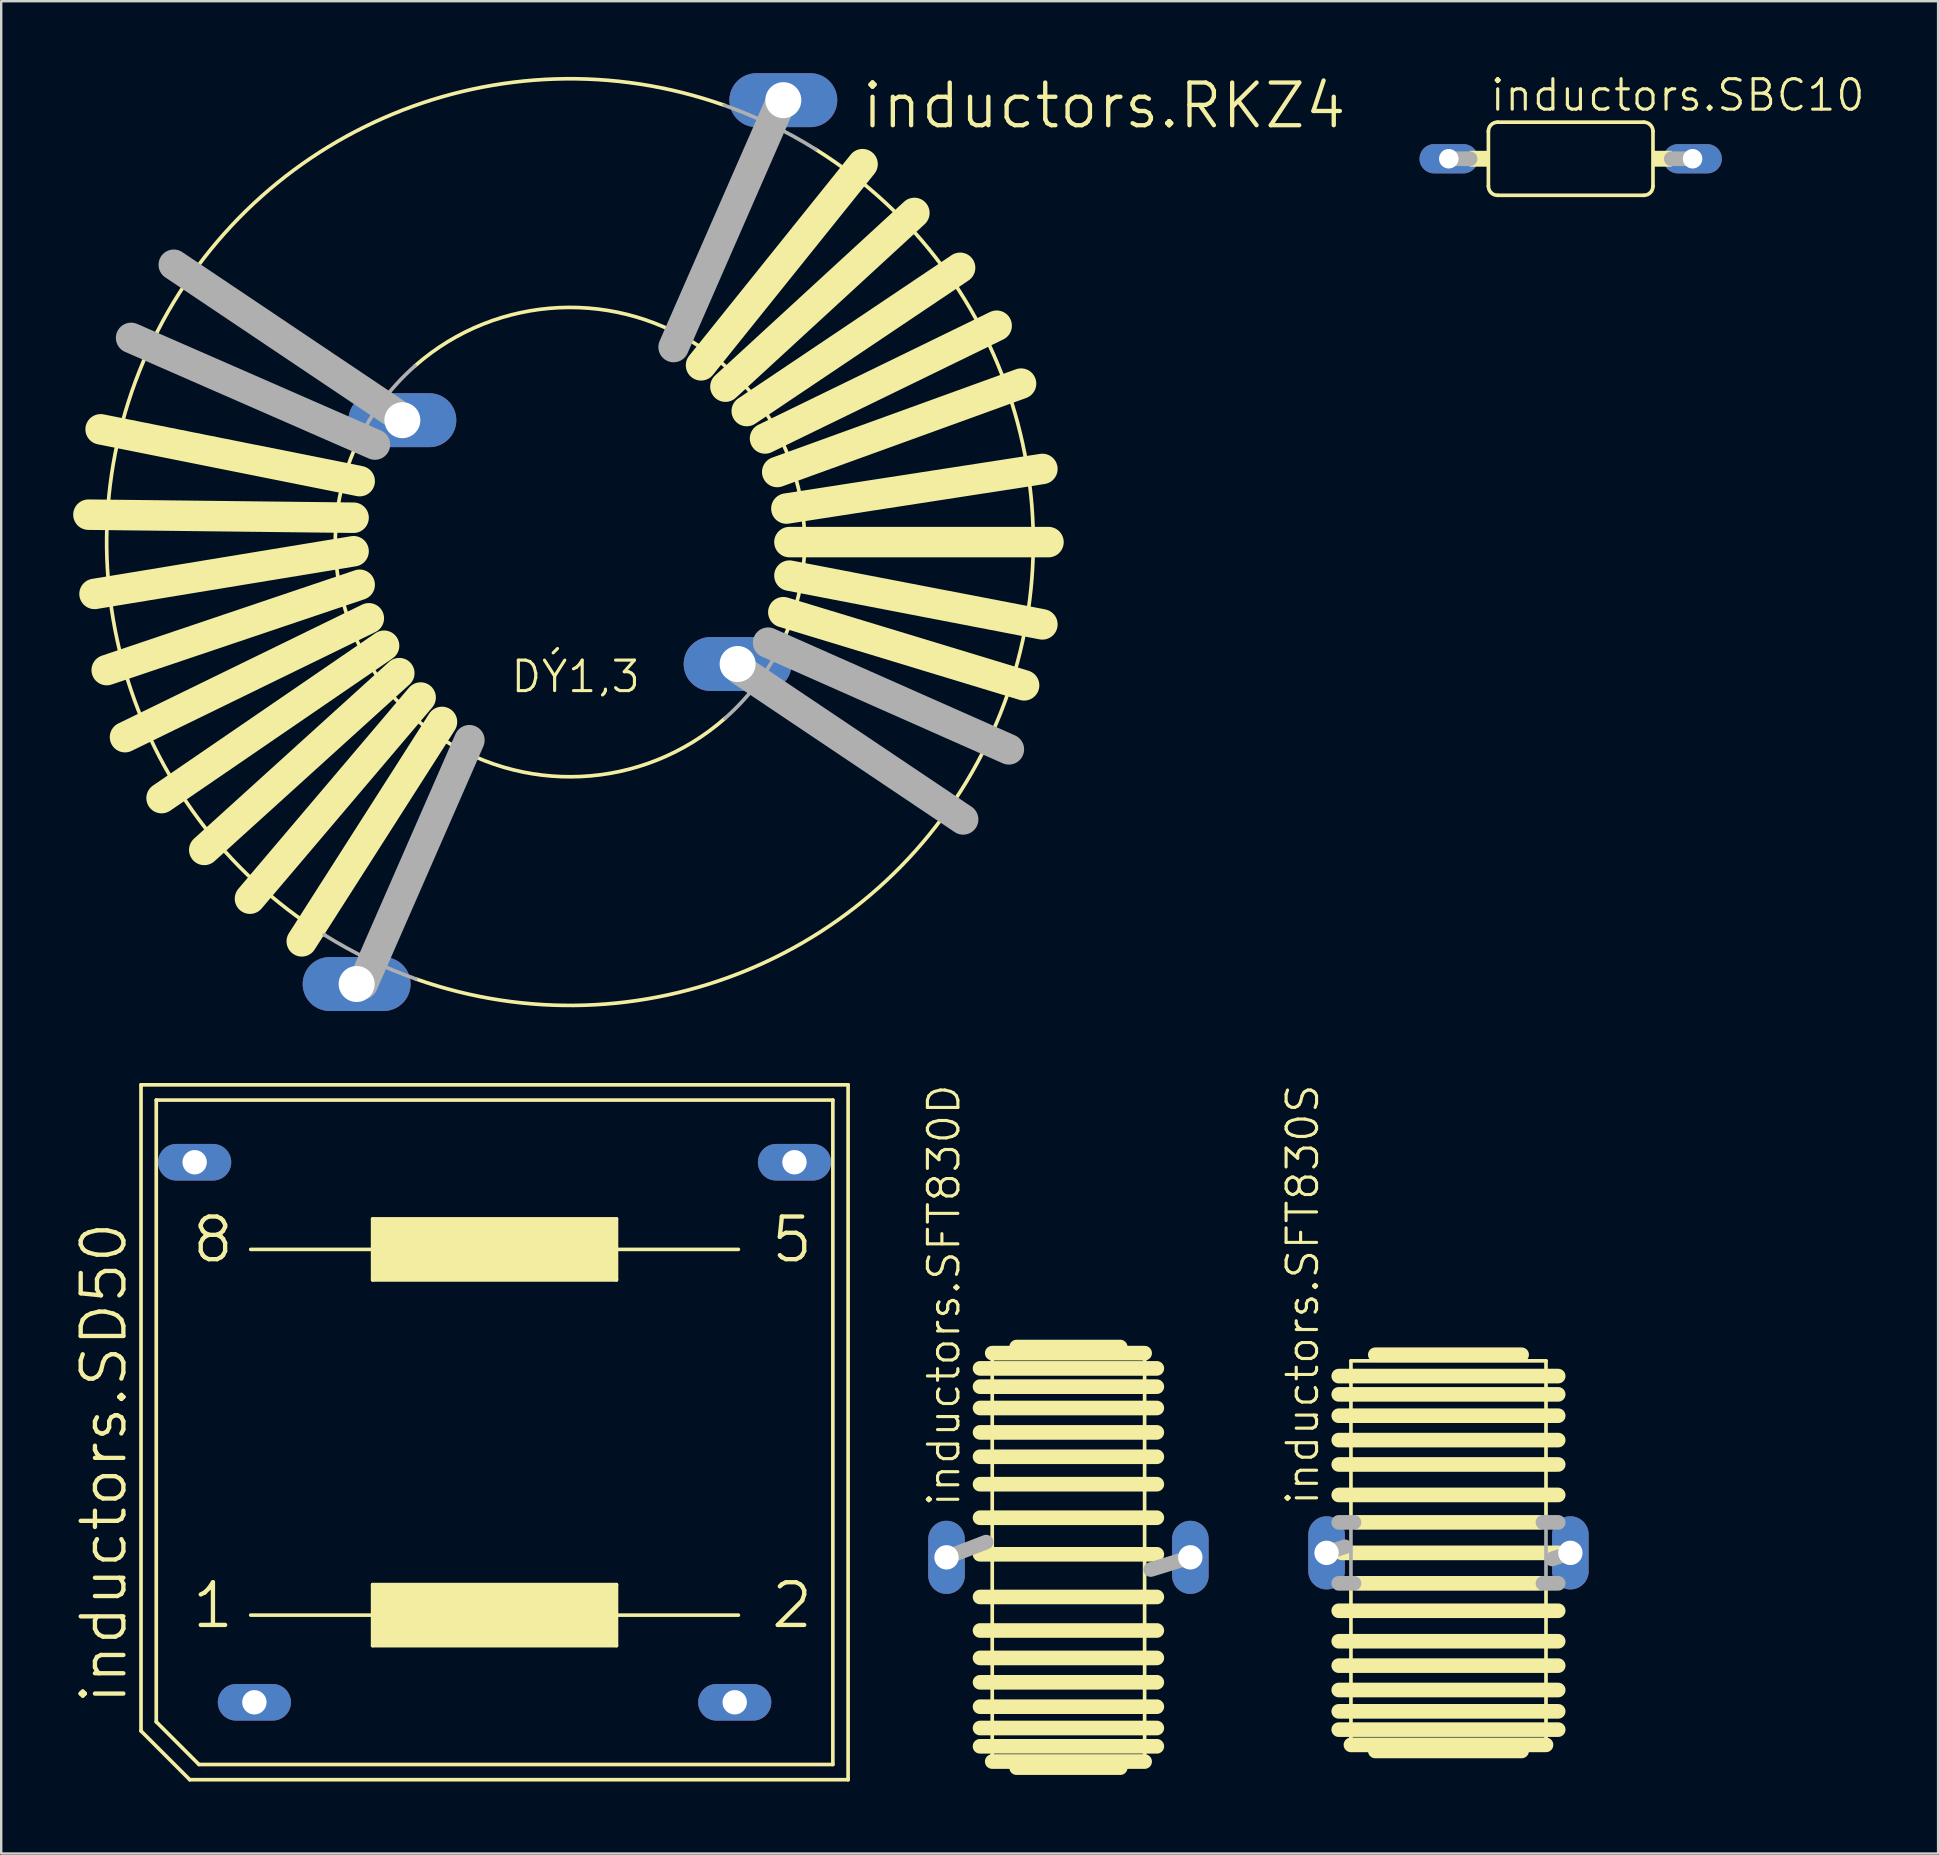
<source format=kicad_pcb>
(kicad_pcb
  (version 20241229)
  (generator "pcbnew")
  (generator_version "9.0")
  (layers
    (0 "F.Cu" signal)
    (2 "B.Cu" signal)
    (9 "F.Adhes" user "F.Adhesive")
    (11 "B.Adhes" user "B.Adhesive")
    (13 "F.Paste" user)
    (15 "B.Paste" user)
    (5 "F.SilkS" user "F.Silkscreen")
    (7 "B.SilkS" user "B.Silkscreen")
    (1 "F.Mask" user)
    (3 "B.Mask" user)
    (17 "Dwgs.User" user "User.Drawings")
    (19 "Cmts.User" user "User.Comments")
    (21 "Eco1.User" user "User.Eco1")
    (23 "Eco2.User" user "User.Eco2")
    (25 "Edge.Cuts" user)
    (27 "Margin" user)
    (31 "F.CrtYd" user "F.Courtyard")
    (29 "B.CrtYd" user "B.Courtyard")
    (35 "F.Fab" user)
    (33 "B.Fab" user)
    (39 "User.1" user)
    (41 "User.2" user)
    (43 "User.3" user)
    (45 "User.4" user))
  (footprint "inductors.RKZ4"
    (layer "F.Cu")
    (at 20.701 19.539)
    (property "Reference" "inductors.RKZ4" (at 12.065 -17.145 0) (layer "F.SilkS") (effects (font (size 1.778 1.778) (thickness 0.18)) (justify left bottom)))
    (attr through_hole)
    (fp_line (start -9.017 -1.016) (end -20.066 -1.143) (stroke (width 1.27) (type default)) (layer "F.SilkS"))
    (fp_line (start -9.017 0.381) (end -19.812 2.159) (stroke (width 1.27) (type default)) (layer "F.SilkS"))
    (fp_line (start -8.763 -2.54) (end -19.558 -4.699) (stroke (width 1.27) (type default)) (layer "F.SilkS"))
    (fp_line (start -8.763 1.778) (end -19.304 5.334) (stroke (width 1.27) (type default)) (layer "F.SilkS"))
    (fp_line (start -8.382 3.175) (end -18.542 8.128) (stroke (width 1.27) (type default)) (layer "F.SilkS"))
    (fp_line (start -7.747 4.318) (end -17.018 10.668) (stroke (width 1.27) (type default)) (layer "F.SilkS"))
    (fp_line (start -7.112 5.461) (end -15.24 12.827) (stroke (width 1.27) (type default)) (layer "F.SilkS"))
    (fp_line (start -6.223 6.477) (end -13.335 14.859) (stroke (width 1.27) (type default)) (layer "F.SilkS"))
    (fp_line (start -5.334 7.493) (end -11.176 16.637) (stroke (width 1.27) (type default)) (layer "F.SilkS"))
    (fp_line (start 5.461 -7.366) (end 12.192 -15.748) (stroke (width 1.27) (type default)) (layer "F.SilkS"))
    (fp_line (start 6.477 -6.477) (end 14.351 -13.716) (stroke (width 1.27) (type default)) (layer "F.SilkS"))
    (fp_line (start 7.366 -5.461) (end 16.256 -11.43) (stroke (width 1.27) (type default)) (layer "F.SilkS"))
    (fp_line (start 8.128 -4.318) (end 17.78 -9.017) (stroke (width 1.27) (type default)) (layer "F.SilkS"))
    (fp_line (start 8.636 -2.921) (end 18.796 -6.604) (stroke (width 1.27) (type default)) (layer "F.SilkS"))
    (fp_line (start 8.89 2.921) (end 18.923 5.969) (stroke (width 1.27) (type default)) (layer "F.SilkS"))
    (fp_line (start 9.017 -1.397) (end 19.685 -3.048) (stroke (width 1.27) (type default)) (layer "F.SilkS"))
    (fp_line (start 9.144 0) (end 19.939 0) (stroke (width 1.27) (type default)) (layer "F.SilkS"))
    (fp_line (start 9.144 1.397) (end 19.685 3.429) (stroke (width 1.27) (type default)) (layer "F.SilkS"))
    (fp_arc (start -10.2408 16.3637) (mid -17.389319 -8.381889) (end 6.4216 -18.2046) (stroke (width 0.1524) (type default)) (layer "F.SilkS"))
    (fp_arc (start -6.4571 -7.344) (mid 5.744112 -7.91411) (end 8.9836 3.863) (stroke (width 0.1524) (type default)) (layer "F.SilkS"))
    (fp_arc (start 6.4571 7.344) (mid -5.744169 7.914159) (end -8.9837 -3.863) (stroke (width 0.1524) (type default)) (layer "F.SilkS"))
    (fp_arc (start 10.2408 -16.3637) (mid 17.389319 8.381889) (end -6.4216 18.2046) (stroke (width 0.1524) (type default)) (layer "F.SilkS"))
    (fp_line (start -8.128 -4.064) (end -18.288 -8.509) (stroke (width 1.27) (type default)) (layer "F.Fab"))
    (fp_line (start -7.239 -5.334) (end -16.51 -11.557) (stroke (width 1.27) (type default)) (layer "F.Fab"))
    (fp_line (start -4.191 8.255) (end -8.636 18.415) (stroke (width 1.27) (type default)) (layer "F.Fab"))
    (fp_line (start 8.763 -18.288) (end 4.318 -8.128) (stroke (width 1.27) (type default)) (layer "F.Fab"))
    (fp_line (start 16.383 11.557) (end 7.112 5.334) (stroke (width 1.27) (type default)) (layer "F.Fab"))
    (fp_line (start 18.288 8.636) (end 8.255 4.191) (stroke (width 1.27) (type default)) (layer "F.Fab"))
    (fp_arc (start -8.9836 -3.863) (mid -7.91411 -5.744131) (end -6.4571 -7.344) (stroke (width 0.1524) (type default)) (layer "F.Fab"))
    (fp_arc (start -6.4216 18.2046) (mid -8.381893 17.389319) (end -10.2408 16.3637) (stroke (width 0.1524) (type default)) (layer "F.Fab"))
    (fp_arc (start 6.4216 -18.2046) (mid 8.381893 -17.389319) (end 10.2408 -16.3637) (stroke (width 0.1524) (type default)) (layer "F.Fab"))
    (fp_arc (start 8.9836 3.863) (mid 7.91411 5.744131) (end 6.4571 7.344) (stroke (width 0.1524) (type default)) (layer "F.Fab"))
    (fp_text user "DÝ1,3" (at -2.54 6.35 0) (layer "F.SilkS") (effects (font (size 1.27 1.27) (thickness 0.13)) (justify left bottom)))
    (pad "A1" thru_hole oval (at 8.89 -18.415) (size 4.496 2.248) (drill 1.499) (layers "*.Cu" "*.Mask"))
    (pad "A2" thru_hole oval (at -8.89 18.415) (size 4.496 2.248) (drill 1.499) (layers "*.Cu" "*.Mask"))
    (pad "E1" thru_hole oval (at 6.985 5.08) (size 4.496 2.248) (drill 1.499) (layers "*.Cu" "*.Mask"))
    (pad "E2" thru_hole oval (at -6.985 -5.08) (size 4.496 2.248) (drill 1.499) (layers "*.Cu" "*.Mask")))
  (footprint "inductors.SBC10"
    (layer "F.Cu")
    (at 62.4 3.565)
    (property "Reference" "inductors.SBC10" (at -3.429 -1.905 0) (layer "F.SilkS") (effects (font (size 1.27 1.27) (thickness 0.13)) (justify left bottom)))
    (attr through_hole)
    (fp_line (start -3.429 -1.143) (end -3.429 1.143) (stroke (width 0.152) (type default)) (layer "F.SilkS"))
    (fp_line (start -3.048 -1.524) (end 3.048 -1.524) (stroke (width 0.152) (type default)) (layer "F.SilkS"))
    (fp_line (start 3.048 1.524) (end -3.048 1.524) (stroke (width 0.152) (type default)) (layer "F.SilkS"))
    (fp_line (start 3.429 -1.143) (end 3.429 1.143) (stroke (width 0.152) (type default)) (layer "F.SilkS"))
    (fp_rect (start -4.191 0.305) (end -3.429 -0.305) (stroke (width 0.05) (type default)) (fill yes) (layer "F.SilkS"))
    (fp_rect (start 3.429 0.305) (end 4.191 -0.305) (stroke (width 0.05) (type default)) (fill yes) (layer "F.SilkS"))
    (fp_arc (start -3.429 -1.143) (mid -3.317408 -1.412408) (end -3.048 -1.524) (stroke (width 0.1524) (type default)) (layer "F.SilkS"))
    (fp_arc (start -3.048 1.524) (mid -3.317408 1.412408) (end -3.429 1.143) (stroke (width 0.1524) (type default)) (layer "F.SilkS"))
    (fp_arc (start 3.048 -1.524) (mid 3.317408 -1.412408) (end 3.429 -1.143) (stroke (width 0.1524) (type default)) (layer "F.SilkS"))
    (fp_arc (start 3.429 1.143) (mid 3.317408 1.412408) (end 3.048 1.524) (stroke (width 0.1524) (type default)) (layer "F.SilkS"))
    (fp_line (start -4.191 0) (end -5.08 0) (stroke (width 0.61) (type default)) (layer "F.Fab"))
    (fp_line (start 5.08 0) (end 4.191 0) (stroke (width 0.61) (type default)) (layer "F.Fab"))
    (pad "1" thru_hole oval (at -5.08 0) (size 2.438 1.219) (drill 0.813) (layers "*.Cu" "*.Mask"))
    (pad "2" thru_hole oval (at 5.08 0) (size 2.438 1.219) (drill 0.813) (layers "*.Cu" "*.Mask")))
  (footprint "inductors.SFT830D"
    (layer "F.Cu")
    (at 41.471 61.844)
    (property "Reference" "inductors.SFT830D" (at -4.445 -2.032 90) (layer "F.SilkS") (effects (font (size 1.27 1.27) (thickness 0.13)) (justify left bottom)))
    (attr through_hole)
    (fp_line (start -3.683 -7.874) (end 3.683 -7.874) (stroke (width 0.61) (type default)) (layer "F.SilkS"))
    (fp_line (start -3.683 -7.112) (end 3.683 -7.112) (stroke (width 0.61) (type default)) (layer "F.SilkS"))
    (fp_line (start -3.683 -6.223) (end 3.683 -6.223) (stroke (width 0.61) (type default)) (layer "F.SilkS"))
    (fp_line (start -3.683 -5.207) (end 3.683 -5.207) (stroke (width 0.61) (type default)) (layer "F.SilkS"))
    (fp_line (start -3.683 -4.191) (end 3.683 -4.191) (stroke (width 0.61) (type default)) (layer "F.SilkS"))
    (fp_line (start -3.683 -3.048) (end 3.683 -3.048) (stroke (width 0.61) (type default)) (layer "F.SilkS"))
    (fp_line (start -3.683 -1.651) (end 3.683 -1.651) (stroke (width 0.61) (type default)) (layer "F.SilkS"))
    (fp_line (start -3.683 -0.127) (end 3.683 -0.127) (stroke (width 0.61) (type default)) (layer "F.SilkS"))
    (fp_line (start -3.175 -8.509) (end 3.175 -8.509) (stroke (width 0.61) (type default)) (layer "F.SilkS"))
    (fp_line (start -3.175 8.509) (end -3.175 -8.509) (stroke (width 0.152) (type default)) (layer "F.SilkS"))
    (fp_line (start -3.175 8.509) (end 3.175 8.509) (stroke (width 0.61) (type default)) (layer "F.SilkS"))
    (fp_line (start -2.159 -8.763) (end 2.159 -8.763) (stroke (width 0.61) (type default)) (layer "F.SilkS"))
    (fp_line (start -2.159 8.763) (end 2.159 8.763) (stroke (width 0.61) (type default)) (layer "F.SilkS"))
    (fp_line (start 3.175 -8.509) (end 3.175 8.509) (stroke (width 0.152) (type default)) (layer "F.SilkS"))
    (fp_line (start 3.683 1.651) (end -3.683 1.651) (stroke (width 0.61) (type default)) (layer "F.SilkS"))
    (fp_line (start 3.683 3.048) (end -3.683 3.048) (stroke (width 0.61) (type default)) (layer "F.SilkS"))
    (fp_line (start 3.683 4.191) (end -3.683 4.191) (stroke (width 0.61) (type default)) (layer "F.SilkS"))
    (fp_line (start 3.683 5.207) (end -3.683 5.207) (stroke (width 0.61) (type default)) (layer "F.SilkS"))
    (fp_line (start 3.683 6.223) (end -3.683 6.223) (stroke (width 0.61) (type default)) (layer "F.SilkS"))
    (fp_line (start 3.683 7.112) (end -3.683 7.112) (stroke (width 0.61) (type default)) (layer "F.SilkS"))
    (fp_line (start 3.683 7.874) (end -3.683 7.874) (stroke (width 0.61) (type default)) (layer "F.SilkS"))
    (fp_line (start -5.08 0) (end -3.429 -0.635) (stroke (width 0.61) (type default)) (layer "F.Fab"))
    (fp_line (start 3.429 0.508) (end 5.08 0) (stroke (width 0.61) (type default)) (layer "F.Fab"))
    (pad "1" thru_hole oval (at -5.08 0 90) (size 3.048 1.524) (drill 1.016) (layers "*.Cu" "*.Mask"))
    (pad "2" thru_hole oval (at 5.08 0 90) (size 3.048 1.524) (drill 1.016) (layers "*.Cu" "*.Mask")))
  (footprint "inductors.SFT830S"
    (layer "F.Cu")
    (at 57.307 61.657)
    (property "Reference" "inductors.SFT830S" (at -5.334 -1.905 90) (layer "F.SilkS") (effects (font (size 1.27 1.27) (thickness 0.13)) (justify left bottom)))
    (attr through_hole)
    (fp_line (start -4.572 -7.366) (end 4.572 -7.366) (stroke (width 0.61) (type default)) (layer "F.SilkS"))
    (fp_line (start -4.572 -6.604) (end 4.572 -6.604) (stroke (width 0.61) (type default)) (layer "F.SilkS"))
    (fp_line (start -4.572 -5.715) (end 4.572 -5.715) (stroke (width 0.61) (type default)) (layer "F.SilkS"))
    (fp_line (start -4.572 -4.699) (end 4.572 -4.699) (stroke (width 0.61) (type default)) (layer "F.SilkS"))
    (fp_line (start -4.572 -3.683) (end 4.572 -3.683) (stroke (width 0.61) (type default)) (layer "F.SilkS"))
    (fp_line (start -4.572 -2.413) (end 4.572 -2.413) (stroke (width 0.61) (type default)) (layer "F.SilkS"))
    (fp_line (start -4.445 0) (end 4.572 0) (stroke (width 0.61) (type default)) (layer "F.SilkS"))
    (fp_line (start -4.064 -8.001) (end 4.064 -8.001) (stroke (width 0.152) (type default)) (layer "F.SilkS"))
    (fp_line (start -4.064 -1.143) (end -4.064 -8.001) (stroke (width 0.152) (type default)) (layer "F.SilkS"))
    (fp_line (start -4.064 8.001) (end -4.064 1.143) (stroke (width 0.152) (type default)) (layer "F.SilkS"))
    (fp_line (start -4.064 8.001) (end 4.064 8.001) (stroke (width 0.61) (type default)) (layer "F.SilkS"))
    (fp_line (start -3.81 -1.27) (end 3.81 -1.27) (stroke (width 0.61) (type default)) (layer "F.SilkS"))
    (fp_line (start -3.81 1.27) (end 3.81 1.27) (stroke (width 0.61) (type default)) (layer "F.SilkS"))
    (fp_line (start -3.048 -8.255) (end 3.048 -8.255) (stroke (width 0.61) (type default)) (layer "F.SilkS"))
    (fp_line (start -3.048 8.255) (end 3.048 8.255) (stroke (width 0.61) (type default)) (layer "F.SilkS"))
    (fp_line (start 4.064 -8.001) (end 4.064 -1.143) (stroke (width 0.152) (type default)) (layer "F.SilkS"))
    (fp_line (start 4.064 1.143) (end 4.064 8.001) (stroke (width 0.152) (type default)) (layer "F.SilkS"))
    (fp_line (start 4.572 2.413) (end -4.572 2.413) (stroke (width 0.61) (type default)) (layer "F.SilkS"))
    (fp_line (start 4.572 3.683) (end -4.572 3.683) (stroke (width 0.61) (type default)) (layer "F.SilkS"))
    (fp_line (start 4.572 4.699) (end -4.572 4.699) (stroke (width 0.61) (type default)) (layer "F.SilkS"))
    (fp_line (start 4.572 5.715) (end -4.572 5.715) (stroke (width 0.61) (type default)) (layer "F.SilkS"))
    (fp_line (start 4.572 6.604) (end -4.572 6.604) (stroke (width 0.61) (type default)) (layer "F.SilkS"))
    (fp_line (start 4.572 7.366) (end -4.572 7.366) (stroke (width 0.61) (type default)) (layer "F.SilkS"))
    (fp_line (start -5.08 0) (end -4.318 -0.254) (stroke (width 0.61) (type default)) (layer "F.Fab"))
    (fp_line (start -4.572 -1.27) (end -3.937 -1.27) (stroke (width 0.61) (type default)) (layer "F.Fab"))
    (fp_line (start -4.572 1.27) (end -3.937 1.27) (stroke (width 0.61) (type default)) (layer "F.Fab"))
    (fp_line (start -4.064 1.143) (end -4.064 -1.143) (stroke (width 0.152) (type default)) (layer "F.Fab"))
    (fp_line (start 3.937 -1.27) (end 4.572 -1.27) (stroke (width 0.61) (type default)) (layer "F.Fab"))
    (fp_line (start 3.937 1.27) (end 4.572 1.27) (stroke (width 0.61) (type default)) (layer "F.Fab"))
    (fp_line (start 4.064 -1.143) (end 4.064 1.143) (stroke (width 0.152) (type default)) (layer "F.Fab"))
    (fp_line (start 4.318 0.254) (end 5.08 0) (stroke (width 0.61) (type default)) (layer "F.Fab"))
    (pad "1" thru_hole oval (at -5.08 0 90) (size 3.048 1.524) (drill 1.016) (layers "*.Cu" "*.Mask"))
    (pad "2" thru_hole oval (at 5.08 0 90) (size 3.048 1.524) (drill 1.016) (layers "*.Cu" "*.Mask")))
  (footprint "inductors.SD50"
    (layer "F.Cu")
    (at 17.558 56.632)
    (property "Reference" "inductors.SD50" (at -15.24 11.43 90) (layer "F.SilkS") (effects (font (size 1.778 1.778) (thickness 0.18)) (justify left bottom)))
    (attr through_hole)
    (fp_line (start -14.732 12.446) (end -14.732 -14.478) (stroke (width 0.152) (type default)) (layer "F.SilkS"))
    (fp_line (start -14.732 12.446) (end -12.7 14.478) (stroke (width 0.152) (type default)) (layer "F.SilkS"))
    (fp_line (start -14.097 12.065) (end -14.097 -13.843) (stroke (width 0.152) (type default)) (layer "F.SilkS"))
    (fp_line (start -14.097 12.065) (end -12.319 13.843) (stroke (width 0.152) (type default)) (layer "F.SilkS"))
    (fp_line (start -12.7 14.478) (end 14.732 14.478) (stroke (width 0.152) (type default)) (layer "F.SilkS"))
    (fp_line (start -12.319 13.843) (end 14.097 13.843) (stroke (width 0.152) (type default)) (layer "F.SilkS"))
    (fp_line (start -10.16 -7.62) (end -5.08 -7.62) (stroke (width 0.152) (type default)) (layer "F.SilkS"))
    (fp_line (start -10.16 7.62) (end -5.08 7.62) (stroke (width 0.152) (type default)) (layer "F.SilkS"))
    (fp_line (start -5.08 -7.62) (end -5.08 -8.89) (stroke (width 0.152) (type default)) (layer "F.SilkS"))
    (fp_line (start -5.08 -7.62) (end -5.08 -6.35) (stroke (width 0.152) (type default)) (layer "F.SilkS"))
    (fp_line (start -5.08 -6.35) (end 5.08 -6.35) (stroke (width 0.152) (type default)) (layer "F.SilkS"))
    (fp_line (start -5.08 7.62) (end -5.08 6.35) (stroke (width 0.152) (type default)) (layer "F.SilkS"))
    (fp_line (start -5.08 7.62) (end -5.08 8.89) (stroke (width 0.152) (type default)) (layer "F.SilkS"))
    (fp_line (start -5.08 8.89) (end 5.08 8.89) (stroke (width 0.152) (type default)) (layer "F.SilkS"))
    (fp_line (start 5.08 -8.89) (end -5.08 -8.89) (stroke (width 0.152) (type default)) (layer "F.SilkS"))
    (fp_line (start 5.08 -8.89) (end 5.08 -7.62) (stroke (width 0.152) (type default)) (layer "F.SilkS"))
    (fp_line (start 5.08 -7.62) (end 5.08 -6.35) (stroke (width 0.152) (type default)) (layer "F.SilkS"))
    (fp_line (start 5.08 -7.62) (end 10.16 -7.62) (stroke (width 0.152) (type default)) (layer "F.SilkS"))
    (fp_line (start 5.08 6.35) (end -5.08 6.35) (stroke (width 0.152) (type default)) (layer "F.SilkS"))
    (fp_line (start 5.08 7.62) (end 5.08 6.35) (stroke (width 0.152) (type default)) (layer "F.SilkS"))
    (fp_line (start 5.08 7.62) (end 10.16 7.62) (stroke (width 0.152) (type default)) (layer "F.SilkS"))
    (fp_line (start 5.08 8.89) (end 5.08 7.62) (stroke (width 0.152) (type default)) (layer "F.SilkS"))
    (fp_line (start 14.097 -13.843) (end -14.097 -13.843) (stroke (width 0.152) (type default)) (layer "F.SilkS"))
    (fp_line (start 14.097 -13.843) (end 14.097 13.843) (stroke (width 0.152) (type default)) (layer "F.SilkS"))
    (fp_line (start 14.732 -14.478) (end -14.732 -14.478) (stroke (width 0.152) (type default)) (layer "F.SilkS"))
    (fp_line (start 14.732 -14.478) (end 14.732 14.478) (stroke (width 0.152) (type default)) (layer "F.SilkS"))
    (fp_rect (start -5.08 -6.35) (end 5.08 -8.89) (stroke (width 0.05) (type default)) (fill yes) (layer "F.SilkS"))
    (fp_rect (start -5.08 8.89) (end 5.08 6.35) (stroke (width 0.05) (type default)) (fill yes) (layer "F.SilkS"))
    (fp_text user "8" (at -12.7 -6.985 0) (layer "F.SilkS") (effects (font (size 1.778 1.778) (thickness 0.18)) (justify left bottom)))
    (fp_text user "1" (at -12.7 8.255 0) (layer "F.SilkS") (effects (font (size 1.778 1.778) (thickness 0.18)) (justify left bottom)))
    (fp_text user "2" (at 11.43 8.255 0) (layer "F.SilkS") (effects (font (size 1.778 1.778) (thickness 0.18)) (justify left bottom)))
    (fp_text user "5" (at 11.43 -6.985 0) (layer "F.SilkS") (effects (font (size 1.778 1.778) (thickness 0.18)) (justify left bottom)))
    (pad "1" thru_hole oval (at -10.008 11.252) (size 3.048 1.524) (drill 1.016) (layers "*.Cu" "*.Mask"))
    (pad "2" thru_hole oval (at 10.008 11.252) (size 3.048 1.524) (drill 1.016) (layers "*.Cu" "*.Mask"))
    (pad "5" thru_hole oval (at 12.497 -11.252) (size 3.048 1.524) (drill 1.016) (layers "*.Cu" "*.Mask"))
    (pad "8" thru_hole oval (at -12.497 -11.252) (size 3.048 1.524) (drill 1.016) (layers "*.Cu" "*.Mask")))
  (gr_rect
    (start -3 -3)
    (end 77.71 74.186)
    (stroke (width 0.1) (type default))
    (fill no)
    (layer "Edge.Cuts")))
</source>
